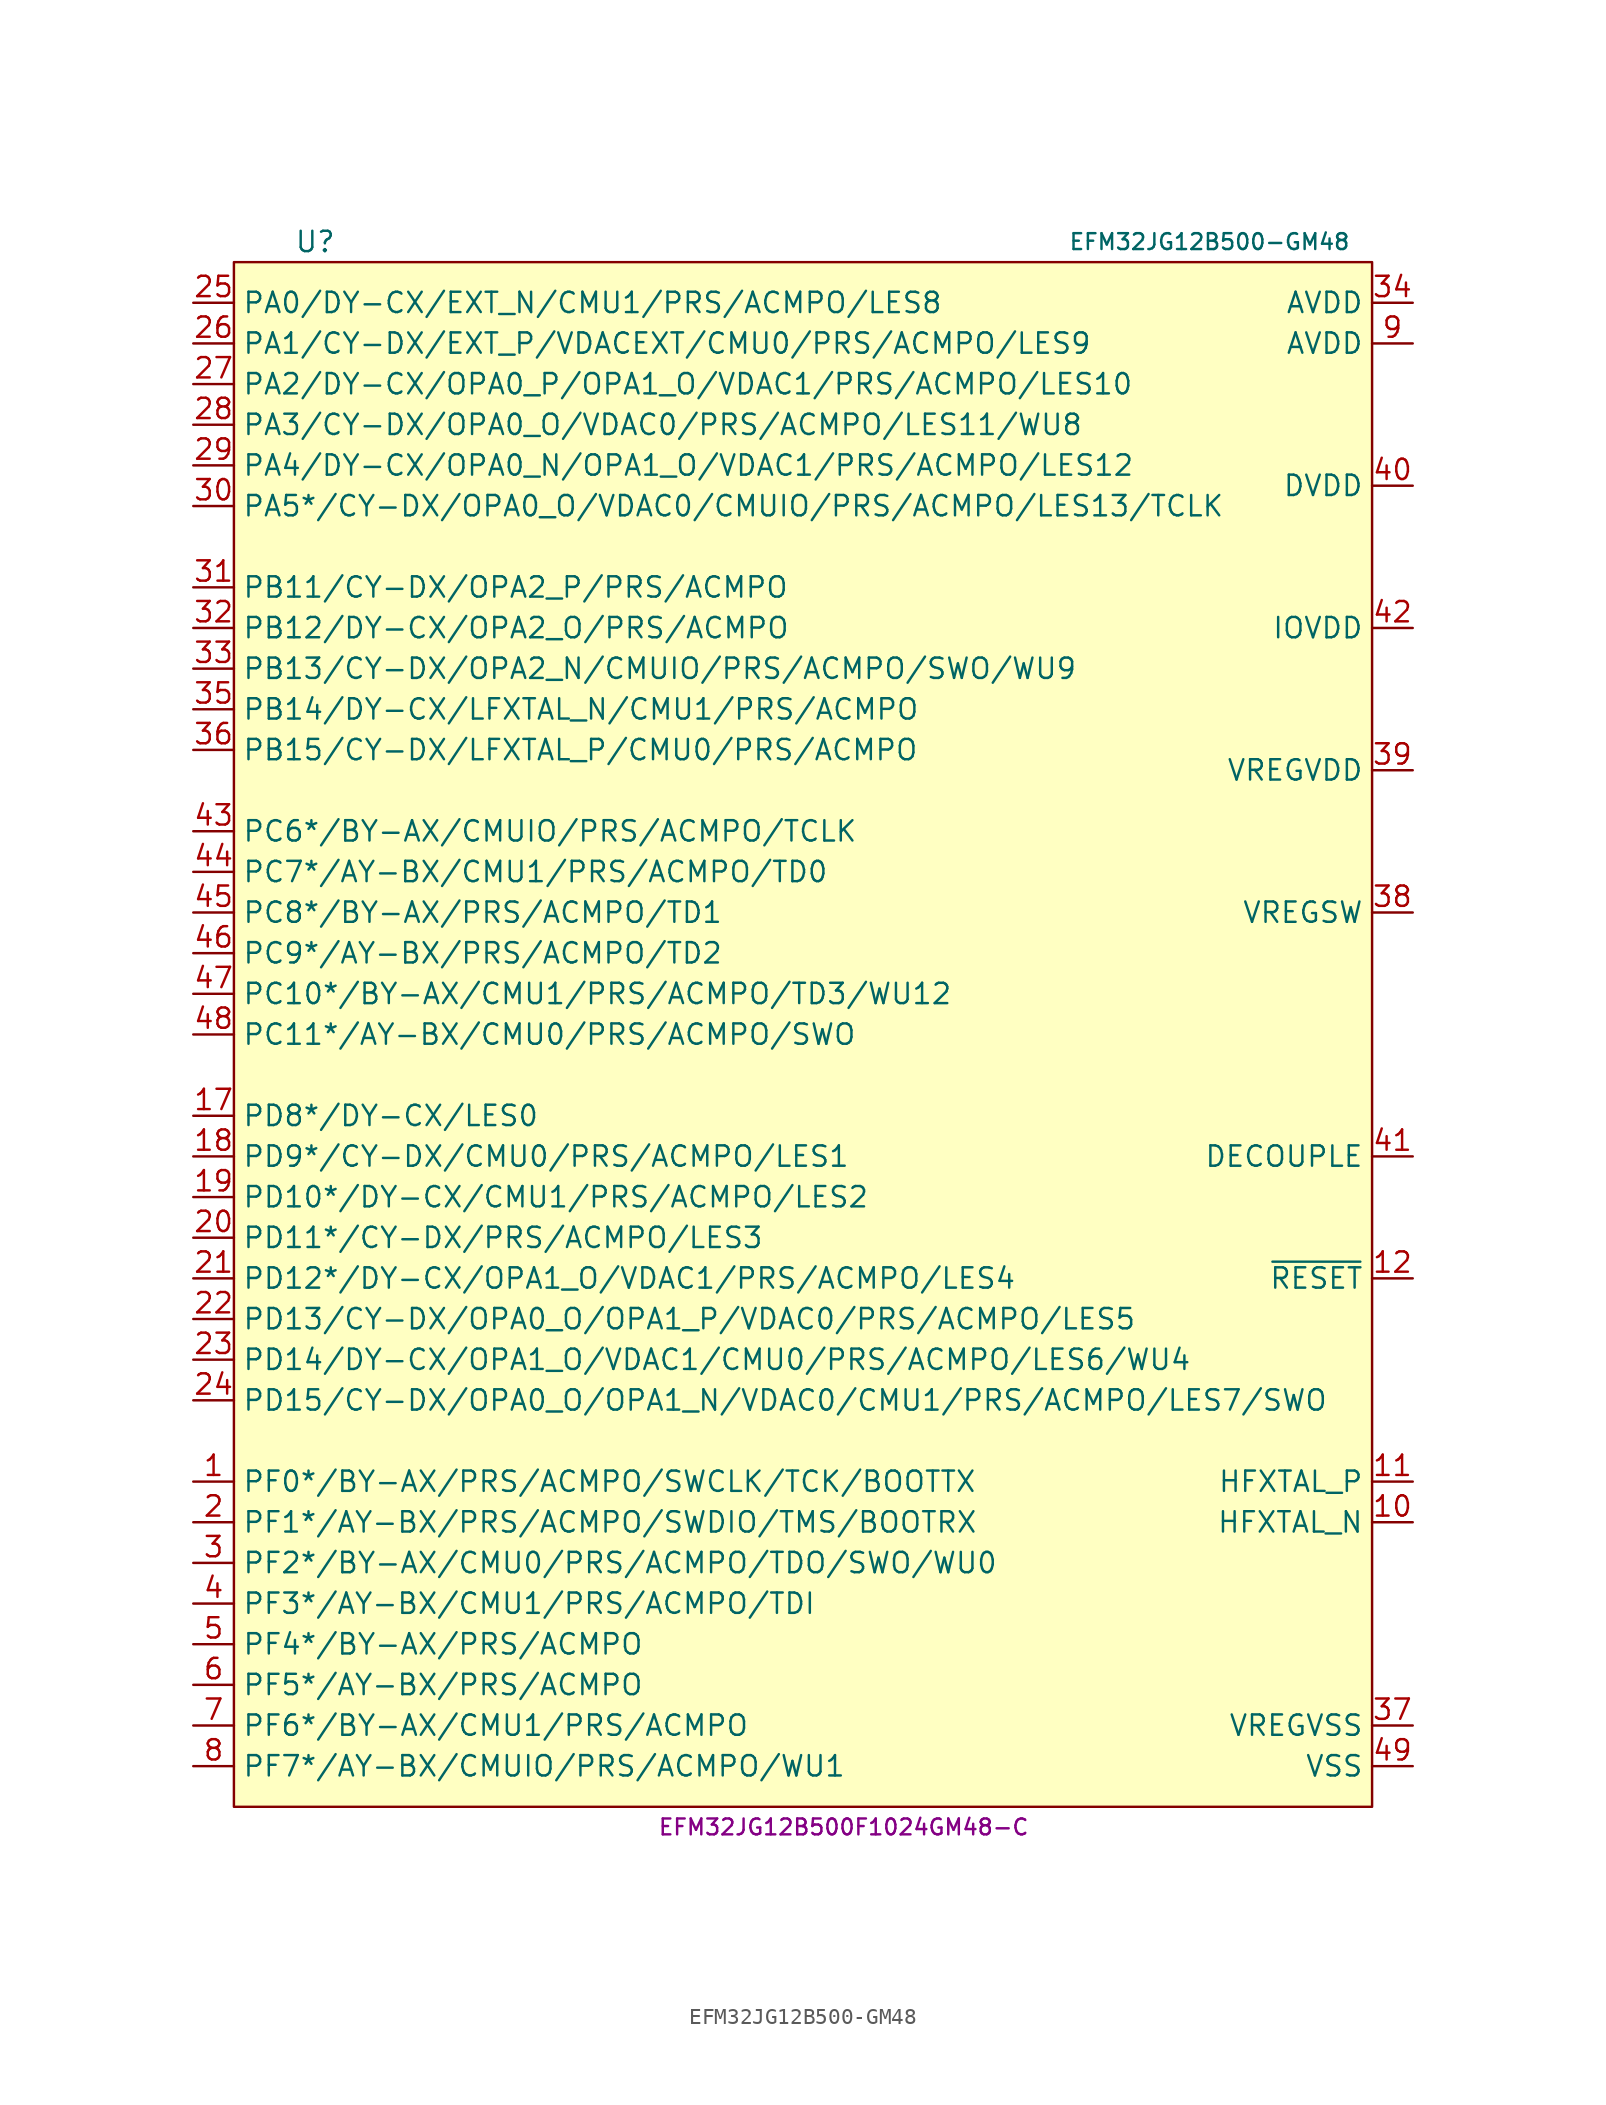
<source format=kicad_sym>
(kicad_symbol_lib
  (version 20231120)
  (generator "kicad_symbol_editor")
  (generator_version "8.0")
  (symbol "EFM32JG12B500-GM48"
    (property "Reference" "U"
      (at -33.02 44.45 0)
      (effects (font (size 1.27 1.27))))
    (property "Value" "EFM32JG12B500-GM48"
      (at 22.86 44.45 0)
      (effects (font (size 0.991 0.991))))
    (property "MPN" "EFM32JG12B500F1024GM48-C"
      (at 0 -54.61 0)
      (effects (font (size 0.991 0.991))))
    (symbol "EFM32JG12B500-GM48_0_1"
      (rectangle (start -38.1 43.18) (end 33.02 -53.34) (stroke (width 0) (type default)) (fill (type background))))
    (symbol "EFM32JG12B500-GM48_1_1"
      (pin bidirectional line (at -40.64 -33.02 0) (length 2.54) (name "PF0*/BY-AX/PRS/ACMPO/SWCLK/TCK/BOOTTX" (effects (font (size 1.27 1.27)))) (number "1" (effects (font (size 1.27 1.27)))))
      (pin bidirectional line (at 35.56 -35.56 180) (length 2.54) (name "HFXTAL_N" (effects (font (size 1.27 1.27)))) (number "10" (effects (font (size 1.27 1.27)))))
      (pin bidirectional line (at 35.56 -33.02 180) (length 2.54) (name "HFXTAL_P" (effects (font (size 1.27 1.27)))) (number "11" (effects (font (size 1.27 1.27)))))
      (pin input line (at 35.56 -20.32 180) (length 2.54) (name "~{RESET}" (effects (font (size 1.27 1.27)))) (number "12" (effects (font (size 1.27 1.27)))))
      (pin bidirectional line (at -40.64 -10.16 0) (length 2.54) (name "PD8*/DY-CX/LES0" (effects (font (size 1.27 1.27)))) (number "17" (effects (font (size 1.27 1.27)))))
      (pin bidirectional line (at -40.64 -12.7 0) (length 2.54) (name "PD9*/CY-DX/CMU0/PRS/ACMPO/LES1" (effects (font (size 1.27 1.27)))) (number "18" (effects (font (size 1.27 1.27)))))
      (pin bidirectional line (at -40.64 -15.24 0) (length 2.54) (name "PD10*/DY-CX/CMU1/PRS/ACMPO/LES2" (effects (font (size 1.27 1.27)))) (number "19" (effects (font (size 1.27 1.27)))))
      (pin bidirectional line (at -40.64 -35.56 0) (length 2.54) (name "PF1*/AY-BX/PRS/ACMPO/SWDIO/TMS/BOOTRX" (effects (font (size 1.27 1.27)))) (number "2" (effects (font (size 1.27 1.27)))))
      (pin bidirectional line (at -40.64 -17.78 0) (length 2.54) (name "PD11*/CY-DX/PRS/ACMPO/LES3" (effects (font (size 1.27 1.27)))) (number "20" (effects (font (size 1.27 1.27)))))
      (pin bidirectional line (at -40.64 -20.32 0) (length 2.54) (name "PD12*/DY-CX/OPA1_O/VDAC1/PRS/ACMPO/LES4" (effects (font (size 1.27 1.27)))) (number "21" (effects (font (size 1.27 1.27)))))
      (pin bidirectional line (at -40.64 -22.86 0) (length 2.54) (name "PD13/CY-DX/OPA0_O/OPA1_P/VDAC0/PRS/ACMPO/LES5" (effects (font (size 1.27 1.27)))) (number "22" (effects (font (size 1.27 1.27)))))
      (pin bidirectional line (at -40.64 -25.4 0) (length 2.54) (name "PD14/DY-CX/OPA1_O/VDAC1/CMU0/PRS/ACMPO/LES6/WU4" (effects (font (size 1.27 1.27)))) (number "23" (effects (font (size 1.27 1.27)))))
      (pin bidirectional line (at -40.64 -27.94 0) (length 2.54) (name "PD15/CY-DX/OPA0_O/OPA1_N/VDAC0/CMU1/PRS/ACMPO/LES7/SWO" (effects (font (size 1.27 1.27)))) (number "24" (effects (font (size 1.27 1.27)))))
      (pin bidirectional line (at -40.64 40.64 0) (length 2.54) (name "PA0/DY-CX/EXT_N/CMU1/PRS/ACMPO/LES8" (effects (font (size 1.27 1.27)))) (number "25" (effects (font (size 1.27 1.27)))))
      (pin bidirectional line (at -40.64 38.1 0) (length 2.54) (name "PA1/CY-DX/EXT_P/VDACEXT/CMU0/PRS/ACMPO/LES9" (effects (font (size 1.27 1.27)))) (number "26" (effects (font (size 1.27 1.27)))))
      (pin bidirectional line (at -40.64 35.56 0) (length 2.54) (name "PA2/DY-CX/OPA0_P/OPA1_O/VDAC1/PRS/ACMPO/LES10" (effects (font (size 1.27 1.27)))) (number "27" (effects (font (size 1.27 1.27)))))
      (pin bidirectional line (at -40.64 33.02 0) (length 2.54) (name "PA3/CY-DX/OPA0_O/VDAC0/PRS/ACMPO/LES11/WU8" (effects (font (size 1.27 1.27)))) (number "28" (effects (font (size 1.27 1.27)))))
      (pin bidirectional line (at -40.64 30.48 0) (length 2.54) (name "PA4/DY-CX/OPA0_N/OPA1_O/VDAC1/PRS/ACMPO/LES12" (effects (font (size 1.27 1.27)))) (number "29" (effects (font (size 1.27 1.27)))))
      (pin bidirectional line (at -40.64 -38.1 0) (length 2.54) (name "PF2*/BY-AX/CMU0/PRS/ACMPO/TDO/SWO/WU0" (effects (font (size 1.27 1.27)))) (number "3" (effects (font (size 1.27 1.27)))))
      (pin bidirectional line (at -40.64 27.94 0) (length 2.54) (name "PA5*/CY-DX/OPA0_O/VDAC0/CMUIO/PRS/ACMPO/LES13/TCLK" (effects (font (size 1.27 1.27)))) (number "30" (effects (font (size 1.27 1.27)))))
      (pin bidirectional line (at -40.64 22.86 0) (length 2.54) (name "PB11/CY-DX/OPA2_P/PRS/ACMPO" (effects (font (size 1.27 1.27)))) (number "31" (effects (font (size 1.27 1.27)))))
      (pin bidirectional line (at -40.64 20.32 0) (length 2.54) (name "PB12/DY-CX/OPA2_O/PRS/ACMPO" (effects (font (size 1.27 1.27)))) (number "32" (effects (font (size 1.27 1.27)))))
      (pin bidirectional line (at -40.64 17.78 0) (length 2.54) (name "PB13/CY-DX/OPA2_N/CMUIO/PRS/ACMPO/SWO/WU9" (effects (font (size 1.27 1.27)))) (number "33" (effects (font (size 1.27 1.27)))))
      (pin power_in line (at 35.56 40.64 180) (length 2.54) (name "AVDD" (effects (font (size 1.27 1.27)))) (number "34" (effects (font (size 1.27 1.27)))))
      (pin bidirectional line (at -40.64 15.24 0) (length 2.54) (name "PB14/DY-CX/LFXTAL_N/CMU1/PRS/ACMPO" (effects (font (size 1.27 1.27)))) (number "35" (effects (font (size 1.27 1.27)))))
      (pin bidirectional line (at -40.64 12.7 0) (length 2.54) (name "PB15/CY-DX/LFXTAL_P/CMU0/PRS/ACMPO" (effects (font (size 1.27 1.27)))) (number "36" (effects (font (size 1.27 1.27)))))
      (pin power_in line (at 35.56 -48.26 180) (length 2.54) (name "VREGVSS" (effects (font (size 1.27 1.27)))) (number "37" (effects (font (size 1.27 1.27)))))
      (pin power_out line (at 35.56 2.54 180) (length 2.54) (name "VREGSW" (effects (font (size 1.27 1.27)))) (number "38" (effects (font (size 1.27 1.27)))))
      (pin power_in line (at 35.56 11.43 180) (length 2.54) (name "VREGVDD" (effects (font (size 1.27 1.27)))) (number "39" (effects (font (size 1.27 1.27)))))
      (pin bidirectional line (at -40.64 -40.64 0) (length 2.54) (name "PF3*/AY-BX/CMU1/PRS/ACMPO/TDI" (effects (font (size 1.27 1.27)))) (number "4" (effects (font (size 1.27 1.27)))))
      (pin power_in line (at 35.56 29.21 180) (length 2.54) (name "DVDD" (effects (font (size 1.27 1.27)))) (number "40" (effects (font (size 1.27 1.27)))))
      (pin power_out line (at 35.56 -12.7 180) (length 2.54) (name "DECOUPLE" (effects (font (size 1.27 1.27)))) (number "41" (effects (font (size 1.27 1.27)))))
      (pin power_in line (at 35.56 20.32 180) (length 2.54) (name "IOVDD" (effects (font (size 1.27 1.27)))) (number "42" (effects (font (size 1.27 1.27)))))
      (pin bidirectional line (at -40.64 7.62 0) (length 2.54) (name "PC6*/BY-AX/CMUIO/PRS/ACMPO/TCLK" (effects (font (size 1.27 1.27)))) (number "43" (effects (font (size 1.27 1.27)))))
      (pin bidirectional line (at -40.64 5.08 0) (length 2.54) (name "PC7*/AY-BX/CMU1/PRS/ACMPO/TD0" (effects (font (size 1.27 1.27)))) (number "44" (effects (font (size 1.27 1.27)))))
      (pin bidirectional line (at -40.64 2.54 0) (length 2.54) (name "PC8*/BY-AX/PRS/ACMPO/TD1" (effects (font (size 1.27 1.27)))) (number "45" (effects (font (size 1.27 1.27)))))
      (pin bidirectional line (at -40.64 0 0) (length 2.54) (name "PC9*/AY-BX/PRS/ACMPO/TD2" (effects (font (size 1.27 1.27)))) (number "46" (effects (font (size 1.27 1.27)))))
      (pin bidirectional line (at -40.64 -2.54 0) (length 2.54) (name "PC10*/BY-AX/CMU1/PRS/ACMPO/TD3/WU12" (effects (font (size 1.27 1.27)))) (number "47" (effects (font (size 1.27 1.27)))))
      (pin bidirectional line (at -40.64 -5.08 0) (length 2.54) (name "PC11*/AY-BX/CMU0/PRS/ACMPO/SWO" (effects (font (size 1.27 1.27)))) (number "48" (effects (font (size 1.27 1.27)))))
      (pin power_in line (at 35.56 -50.8 180) (length 2.54) (name "VSS" (effects (font (size 1.27 1.27)))) (number "49" (effects (font (size 1.27 1.27)))))
      (pin bidirectional line (at -40.64 -43.18 0) (length 2.54) (name "PF4*/BY-AX/PRS/ACMPO" (effects (font (size 1.27 1.27)))) (number "5" (effects (font (size 1.27 1.27)))))
      (pin bidirectional line (at -40.64 -45.72 0) (length 2.54) (name "PF5*/AY-BX/PRS/ACMPO" (effects (font (size 1.27 1.27)))) (number "6" (effects (font (size 1.27 1.27)))))
      (pin bidirectional line (at -40.64 -48.26 0) (length 2.54) (name "PF6*/BY-AX/CMU1/PRS/ACMPO" (effects (font (size 1.27 1.27)))) (number "7" (effects (font (size 1.27 1.27)))))
      (pin bidirectional line (at -40.64 -50.8 0) (length 2.54) (name "PF7*/AY-BX/CMUIO/PRS/ACMPO/WU1" (effects (font (size 1.27 1.27)))) (number "8" (effects (font (size 1.27 1.27)))))
      (pin power_in line (at 35.56 38.1 180) (length 2.54) (name "AVDD" (effects (font (size 1.27 1.27)))) (number "9" (effects (font (size 1.27 1.27))))))))
</source>
